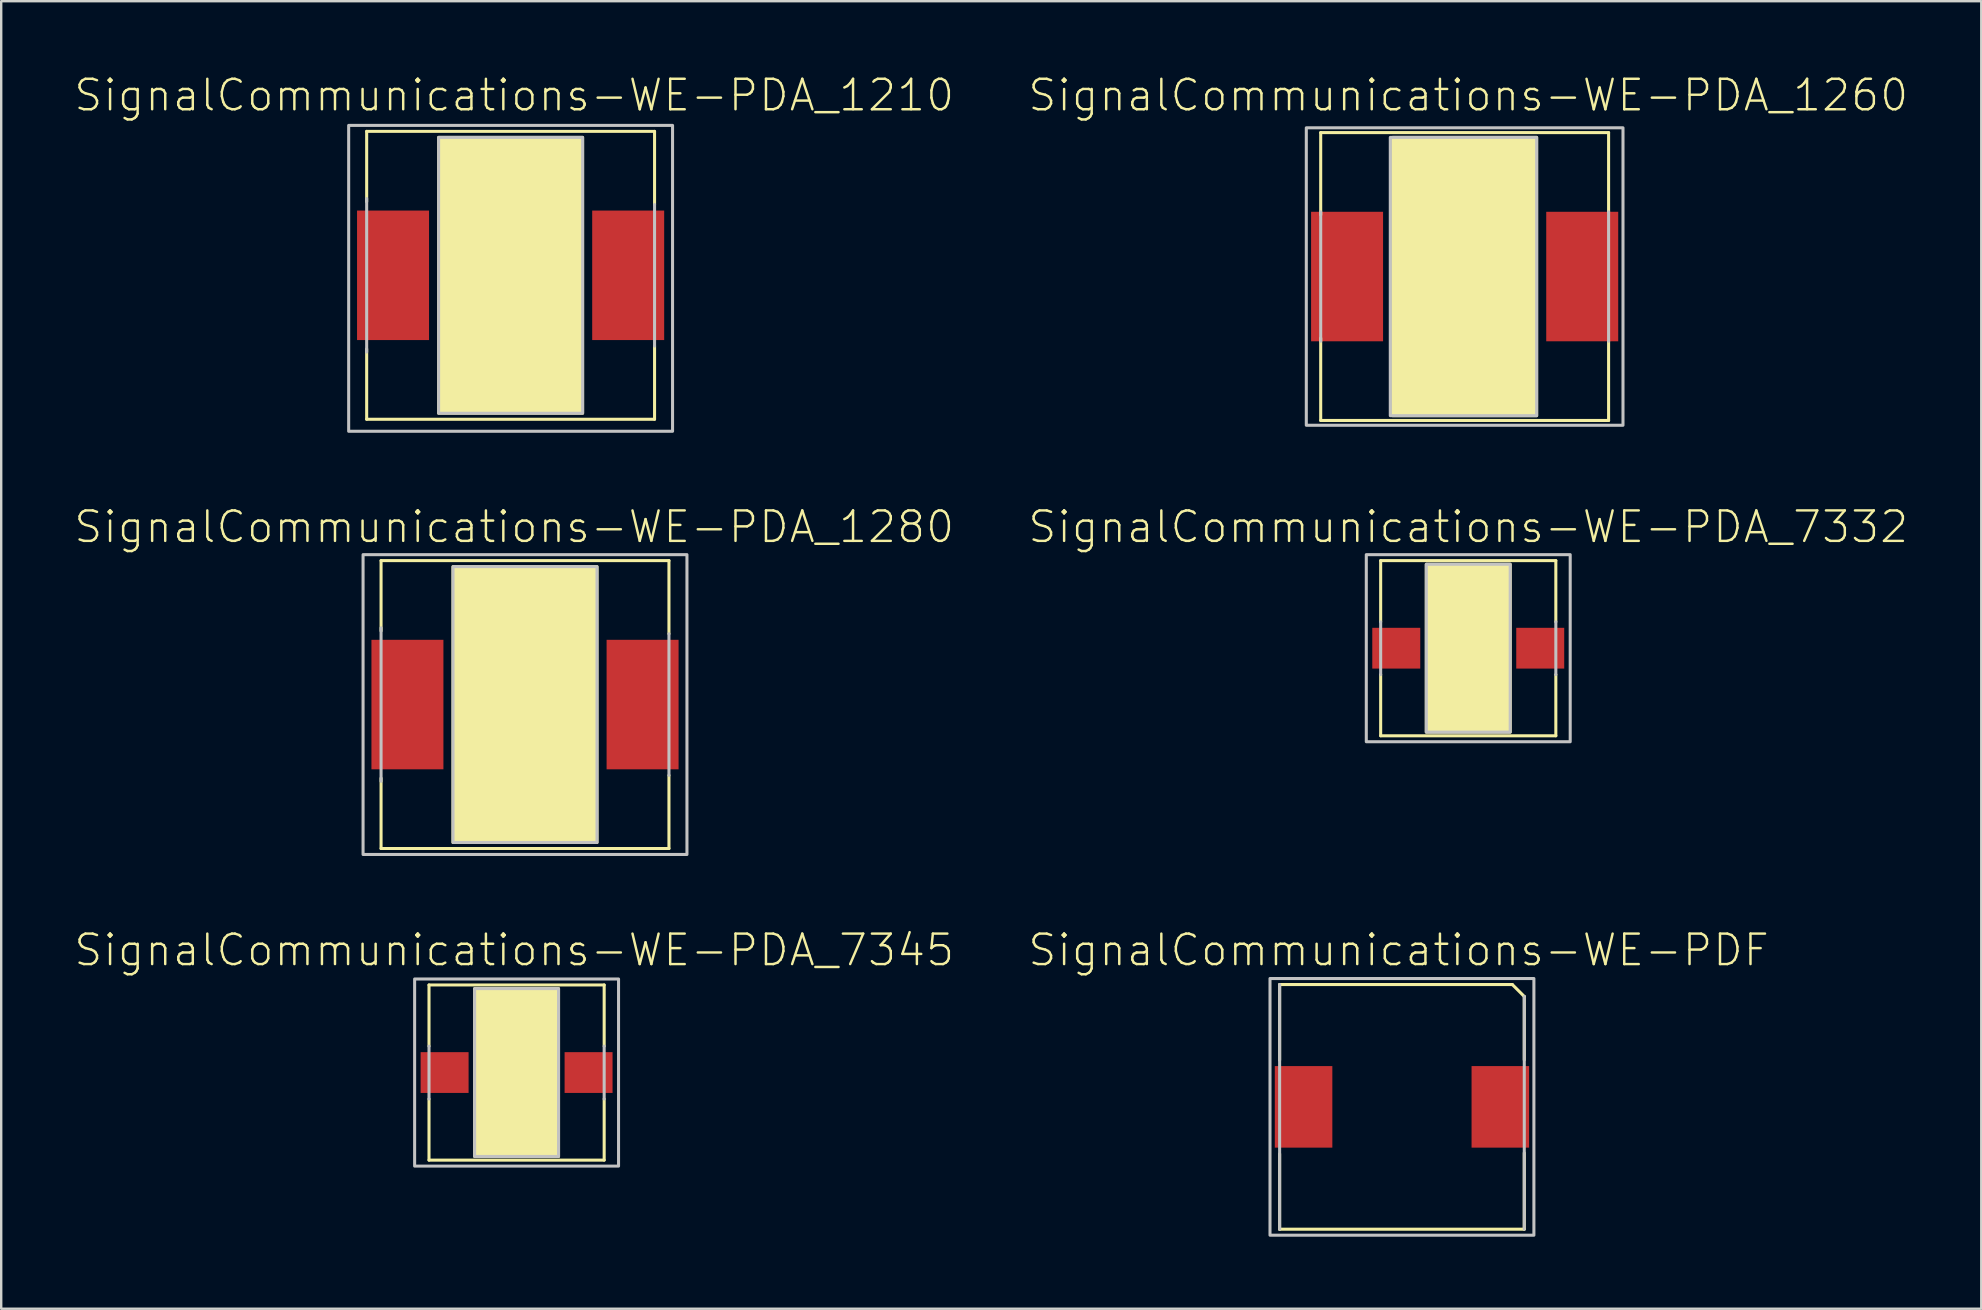
<source format=kicad_pcb>
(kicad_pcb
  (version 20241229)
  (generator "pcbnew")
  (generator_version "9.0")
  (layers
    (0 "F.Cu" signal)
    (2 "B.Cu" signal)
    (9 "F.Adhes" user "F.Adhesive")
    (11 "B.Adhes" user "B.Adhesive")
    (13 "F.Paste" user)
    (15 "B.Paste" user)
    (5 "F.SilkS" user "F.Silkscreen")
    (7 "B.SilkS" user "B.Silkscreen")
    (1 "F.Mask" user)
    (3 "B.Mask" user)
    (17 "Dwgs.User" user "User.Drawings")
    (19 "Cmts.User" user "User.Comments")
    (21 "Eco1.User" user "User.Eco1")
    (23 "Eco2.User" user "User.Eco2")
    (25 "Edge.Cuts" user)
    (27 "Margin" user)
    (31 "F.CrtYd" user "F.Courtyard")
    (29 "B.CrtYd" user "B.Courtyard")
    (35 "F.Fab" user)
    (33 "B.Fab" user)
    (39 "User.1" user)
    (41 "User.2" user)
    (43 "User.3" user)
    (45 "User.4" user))
  (footprint "SignalCommunications-WE-PDA_1210"
    (layer "F.Cu")
    (at 18.23 8.424)
    (property "Reference" "SignalCommunications-WE-PDA_1210" (at 0.15 -7.503 0) (layer "F.SilkS") (effects (font (size 1.27 1.27) (thickness 0.102))))
    (attr smd)
    (fp_line (start -5.999 -5.999) (end 5.999 -5.999) (stroke (width 0.127) (type solid)) (layer "F.SilkS"))
    (fp_line (start -5.999 -3.068) (end -5.999 -5.999) (stroke (width 0.127) (type solid)) (layer "F.SilkS"))
    (fp_line (start -5.999 5.999) (end -5.999 3.068) (stroke (width 0.127) (type solid)) (layer "F.SilkS"))
    (fp_line (start 5.999 -2.949) (end 5.999 -5.999) (stroke (width 0.127) (type solid)) (layer "F.SilkS"))
    (fp_line (start 5.999 5.999) (end -5.999 5.999) (stroke (width 0.127) (type solid)) (layer "F.SilkS"))
    (fp_line (start 5.999 5.999) (end 5.999 2.949) (stroke (width 0.127) (type solid)) (layer "F.SilkS"))
    (fp_poly (pts (xy -3 5.748) (xy -3 -5.748) (xy 3 -5.748) (xy 3 5.748) (xy -3 5.748)) (stroke (width 0.127) (type solid)) (fill yes) (layer "F.SilkS"))
    (fp_line (start -5.999 3.198) (end -5.999 -3.198) (stroke (width 0.127) (type solid)) (layer "Dwgs.User"))
    (fp_line (start 5.999 2.949) (end 5.999 -2.949) (stroke (width 0.127) (type solid)) (layer "Dwgs.User"))
    (fp_poly (pts (xy -6.749 6.5) (xy -6.749 -6.248) (xy 6.749 -6.248) (xy 6.749 6.5) (xy -6.749 6.5)) (stroke (width 0.127) (type solid)) (fill no) (layer "Dwgs.User"))
    (fp_poly (pts (xy -3 5.748) (xy -3 -5.748) (xy 3 -5.748) (xy 3 5.748) (xy -3 5.748)) (stroke (width 0.127) (type solid)) (fill no) (layer "Dwgs.User"))
    (pad "1" smd rect (at -4.9 0 90) (size 5.397 3) (layers "F.Cu" "F.Mask" "F.Paste"))
    (pad "2" smd rect (at 4.9 0 90) (size 5.397 3) (layers "F.Cu" "F.Mask" "F.Paste")))
  (footprint "SignalCommunications-WE-PDA_1280"
    (layer "F.Cu")
    (at 18.83 26.313)
    (property "Reference" "SignalCommunications-WE-PDA_1280" (at -0.45 -7.404 0) (layer "F.SilkS") (effects (font (size 1.27 1.27) (thickness 0.102))))
    (attr smd)
    (fp_line (start -5.999 -5.999) (end 5.999 -5.999) (stroke (width 0.127) (type solid)) (layer "F.SilkS"))
    (fp_line (start -5.999 -3.068) (end -5.999 -5.999) (stroke (width 0.127) (type solid)) (layer "F.SilkS"))
    (fp_line (start -5.999 5.999) (end -5.999 3.068) (stroke (width 0.127) (type solid)) (layer "F.SilkS"))
    (fp_line (start 5.999 -2.949) (end 5.999 -5.999) (stroke (width 0.127) (type solid)) (layer "F.SilkS"))
    (fp_line (start 5.999 5.999) (end -5.999 5.999) (stroke (width 0.127) (type solid)) (layer "F.SilkS"))
    (fp_line (start 5.999 5.999) (end 5.999 2.949) (stroke (width 0.127) (type solid)) (layer "F.SilkS"))
    (fp_poly (pts (xy -3 5.748) (xy -3 -5.748) (xy 3 -5.748) (xy 3 5.748) (xy -3 5.748)) (stroke (width 0.127) (type solid)) (fill yes) (layer "F.SilkS"))
    (fp_line (start -5.999 3.198) (end -5.999 -3.198) (stroke (width 0.127) (type solid)) (layer "Dwgs.User"))
    (fp_line (start 5.999 2.949) (end 5.999 -2.949) (stroke (width 0.127) (type solid)) (layer "Dwgs.User"))
    (fp_poly (pts (xy -6.749 6.248) (xy -6.749 -6.248) (xy 6.749 -6.248) (xy 6.749 6.248) (xy -6.749 6.248)) (stroke (width 0.127) (type solid)) (fill no) (layer "Dwgs.User"))
    (fp_poly (pts (xy -3 5.748) (xy -3 -5.748) (xy 3 -5.748) (xy 3 5.748) (xy -3 5.748)) (stroke (width 0.127) (type solid)) (fill no) (layer "Dwgs.User"))
    (pad "1" smd rect (at -4.9 0 90) (size 5.397 3) (layers "F.Cu" "F.Mask" "F.Paste"))
    (pad "2" smd rect (at 4.9 0 90) (size 5.397 3) (layers "F.Cu" "F.Mask" "F.Paste")))
  (footprint "SignalCommunications-WE-PDA_7332"
    (layer "F.Cu")
    (at 58.14 23.964)
    (property "Reference" "SignalCommunications-WE-PDA_7332" (at 0 -5.055 0) (layer "F.SilkS") (effects (font (size 1.27 1.27) (thickness 0.102))))
    (attr smd)
    (fp_line (start -3.65 -3.65) (end 3.65 -3.65) (stroke (width 0.127) (type solid)) (layer "F.SilkS"))
    (fp_line (start -3.65 -1.1) (end -3.65 -3.65) (stroke (width 0.127) (type solid)) (layer "F.SilkS"))
    (fp_line (start -3.65 3.65) (end -3.65 1.1) (stroke (width 0.127) (type solid)) (layer "F.SilkS"))
    (fp_line (start 3.65 -1.1) (end 3.65 -3.65) (stroke (width 0.127) (type solid)) (layer "F.SilkS"))
    (fp_line (start 3.65 3.65) (end -3.65 3.65) (stroke (width 0.127) (type solid)) (layer "F.SilkS"))
    (fp_line (start 3.65 3.65) (end 3.65 1.1) (stroke (width 0.127) (type solid)) (layer "F.SilkS"))
    (fp_poly (pts (xy -1.748 3.498) (xy -1.748 -3.498) (xy 1.748 -3.498) (xy 1.748 3.498) (xy -1.748 3.498)) (stroke (width 0.127) (type solid)) (fill yes) (layer "F.SilkS"))
    (fp_line (start -3.65 1.1) (end -3.65 -1.1) (stroke (width 0.127) (type solid)) (layer "Dwgs.User"))
    (fp_line (start 3.65 1.1) (end 3.65 -1.1) (stroke (width 0.127) (type solid)) (layer "Dwgs.User"))
    (fp_poly (pts (xy -4.249 3.899) (xy -4.249 -3.899) (xy 4.249 -3.899) (xy 4.249 3.899) (xy -4.249 3.899)) (stroke (width 0.127) (type solid)) (fill no) (layer "Dwgs.User"))
    (fp_poly (pts (xy -1.748 3.498) (xy -1.748 -3.498) (xy 1.748 -3.498) (xy 1.748 3.498) (xy -1.748 3.498)) (stroke (width 0.127) (type solid)) (fill no) (layer "Dwgs.User"))
    (pad "1" smd rect (at -3 0 90) (size 1.699 1.999) (layers "F.Cu" "F.Mask" "F.Paste"))
    (pad "2" smd rect (at 3 0 90) (size 1.699 1.999) (layers "F.Cu" "F.Mask" "F.Paste")))
  (footprint "SignalCommunications-WE-PDA_1260"
    (layer "F.Cu")
    (at 57.99 8.475)
    (property "Reference" "SignalCommunications-WE-PDA_1260" (at 0.15 -7.554 0) (layer "F.SilkS") (effects (font (size 1.27 1.27) (thickness 0.102))))
    (attr smd)
    (fp_line (start -5.999 -5.999) (end 5.999 -5.999) (stroke (width 0.127) (type solid)) (layer "F.SilkS"))
    (fp_line (start -5.999 -2.568) (end -5.999 -5.999) (stroke (width 0.127) (type solid)) (layer "F.SilkS"))
    (fp_line (start -5.999 5.999) (end -5.999 2.568) (stroke (width 0.127) (type solid)) (layer "F.SilkS"))
    (fp_line (start 5.999 -2.697) (end 5.999 -5.999) (stroke (width 0.127) (type solid)) (layer "F.SilkS"))
    (fp_line (start 5.999 5.999) (end -5.999 5.999) (stroke (width 0.127) (type solid)) (layer "F.SilkS"))
    (fp_line (start 5.999 5.999) (end 5.999 2.697) (stroke (width 0.127) (type solid)) (layer "F.SilkS"))
    (fp_poly (pts (xy -3 5.799) (xy -3 -5.799) (xy 3 -5.799) (xy 3 5.799) (xy -3 5.799)) (stroke (width 0.127) (type solid)) (fill yes) (layer "F.SilkS"))
    (fp_line (start -5.999 2.697) (end -5.999 -2.697) (stroke (width 0.127) (type solid)) (layer "Dwgs.User"))
    (fp_line (start 5.999 2.697) (end 5.999 -2.697) (stroke (width 0.127) (type solid)) (layer "Dwgs.User"))
    (fp_poly (pts (xy -6.599 6.198) (xy -6.599 -6.198) (xy 6.599 -6.198) (xy 6.599 6.198) (xy -6.599 6.198)) (stroke (width 0.127) (type solid)) (fill no) (layer "Dwgs.User"))
    (fp_poly (pts (xy -3.099 -5.799) (xy 3 -5.799) (xy 3 5.799) (xy -3.099 5.799) (xy -3.099 -5.799)) (stroke (width 0.127) (type solid)) (fill no) (layer "Dwgs.User"))
    (pad "1" smd rect (at -4.9 0 90) (size 5.397 3) (layers "F.Cu" "F.Mask" "F.Paste"))
    (pad "2" smd rect (at 4.9 0 90) (size 5.397 3) (layers "F.Cu" "F.Mask" "F.Paste")))
  (footprint "SignalCommunications-WE-PDF"
    (layer "F.Cu")
    (at 55.377 43.079)
    (property "Reference" "SignalCommunications-WE-PDF" (at -0.14 -6.533 0) (layer "F.SilkS") (effects (font (size 1.27 1.27) (thickness 0.102))))
    (attr smd)
    (fp_line (start -5.098 -1.948) (end -5.098 -5.098) (stroke (width 0.127) (type solid)) (layer "F.SilkS"))
    (fp_line (start -5.098 1.958) (end -5.098 5.108) (stroke (width 0.127) (type solid)) (layer "F.SilkS"))
    (fp_line (start 4.6 -5.098) (end -5.098 -5.098) (stroke (width 0.127) (type solid)) (layer "F.SilkS"))
    (fp_line (start 4.6 -5.098) (end 5.098 -4.6) (stroke (width 0.127) (type solid)) (layer "F.SilkS"))
    (fp_line (start 5.098 -1.958) (end 5.098 -4.6) (stroke (width 0.127) (type solid)) (layer "F.SilkS"))
    (fp_line (start 5.098 1.918) (end 5.098 5.098) (stroke (width 0.127) (type solid)) (layer "F.SilkS"))
    (fp_line (start 5.098 5.098) (end -5.098 5.098) (stroke (width 0.127) (type solid)) (layer "F.SilkS"))
    (fp_line (start -5.098 -5.098) (end -5.098 5.098) (stroke (width 0.127) (type solid)) (layer "Dwgs.User"))
    (fp_line (start 5.098 -4.6) (end 5.098 5.098) (stroke (width 0.127) (type solid)) (layer "Dwgs.User"))
    (fp_poly (pts (xy 5.499 -5.349) (xy 5.499 5.349) (xy -5.499 5.349) (xy -5.499 -5.349) (xy 5.499 -5.349)) (stroke (width 0.127) (type solid)) (fill no) (layer "Dwgs.User"))
    (pad "1" smd rect (at 4.1 0 270) (size 3.399 2.398) (layers "F.Cu" "F.Mask" "F.Paste"))
    (pad "2" smd rect (at -4.1 0 270) (size 3.399 2.398) (layers "F.Cu" "F.Mask" "F.Paste")))
  (footprint "SignalCommunications-WE-PDA_7345"
    (layer "F.Cu")
    (at 18.479 41.649)
    (property "Reference" "SignalCommunications-WE-PDA_7345" (at -0.099 -5.103 0) (layer "F.SilkS") (effects (font (size 1.27 1.27) (thickness 0.102))))
    (attr smd)
    (fp_line (start -3.65 -3.65) (end 3.65 -3.65) (stroke (width 0.127) (type solid)) (layer "F.SilkS"))
    (fp_line (start -3.65 -1.1) (end -3.65 -3.65) (stroke (width 0.127) (type solid)) (layer "F.SilkS"))
    (fp_line (start -3.65 3.65) (end -3.65 1.1) (stroke (width 0.127) (type solid)) (layer "F.SilkS"))
    (fp_line (start 3.65 -1.1) (end 3.65 -3.65) (stroke (width 0.127) (type solid)) (layer "F.SilkS"))
    (fp_line (start 3.65 3.65) (end -3.65 3.65) (stroke (width 0.127) (type solid)) (layer "F.SilkS"))
    (fp_line (start 3.65 3.65) (end 3.65 1.1) (stroke (width 0.127) (type solid)) (layer "F.SilkS"))
    (fp_poly (pts (xy -1.748 3.498) (xy -1.748 -3.498) (xy 1.748 -3.498) (xy 1.748 3.498) (xy -1.748 3.498)) (stroke (width 0.127) (type solid)) (fill yes) (layer "F.SilkS"))
    (fp_line (start -3.65 1.1) (end -3.65 -1.1) (stroke (width 0.127) (type solid)) (layer "Dwgs.User"))
    (fp_line (start 3.65 1.1) (end 3.65 -1.1) (stroke (width 0.127) (type solid)) (layer "Dwgs.User"))
    (fp_poly (pts (xy -4.249 3.899) (xy -4.249 -3.899) (xy 4.249 -3.899) (xy 4.249 3.899) (xy -4.249 3.899)) (stroke (width 0.127) (type solid)) (fill no) (layer "Dwgs.User"))
    (fp_poly (pts (xy -1.748 3.498) (xy -1.748 -3.498) (xy 1.748 -3.498) (xy 1.748 3.498) (xy -1.748 3.498)) (stroke (width 0.127) (type solid)) (fill no) (layer "Dwgs.User"))
    (pad "1" smd rect (at -3 0 90) (size 1.699 1.999) (layers "F.Cu" "F.Mask" "F.Paste"))
    (pad "2" smd rect (at 3 0 90) (size 1.699 1.999) (layers "F.Cu" "F.Mask" "F.Paste")))
  (gr_rect
    (start -3 -3)
    (end 79.52 51.492)
    (stroke (width 0.1) (type default))
    (fill no)
    (layer "Edge.Cuts")))
</source>
